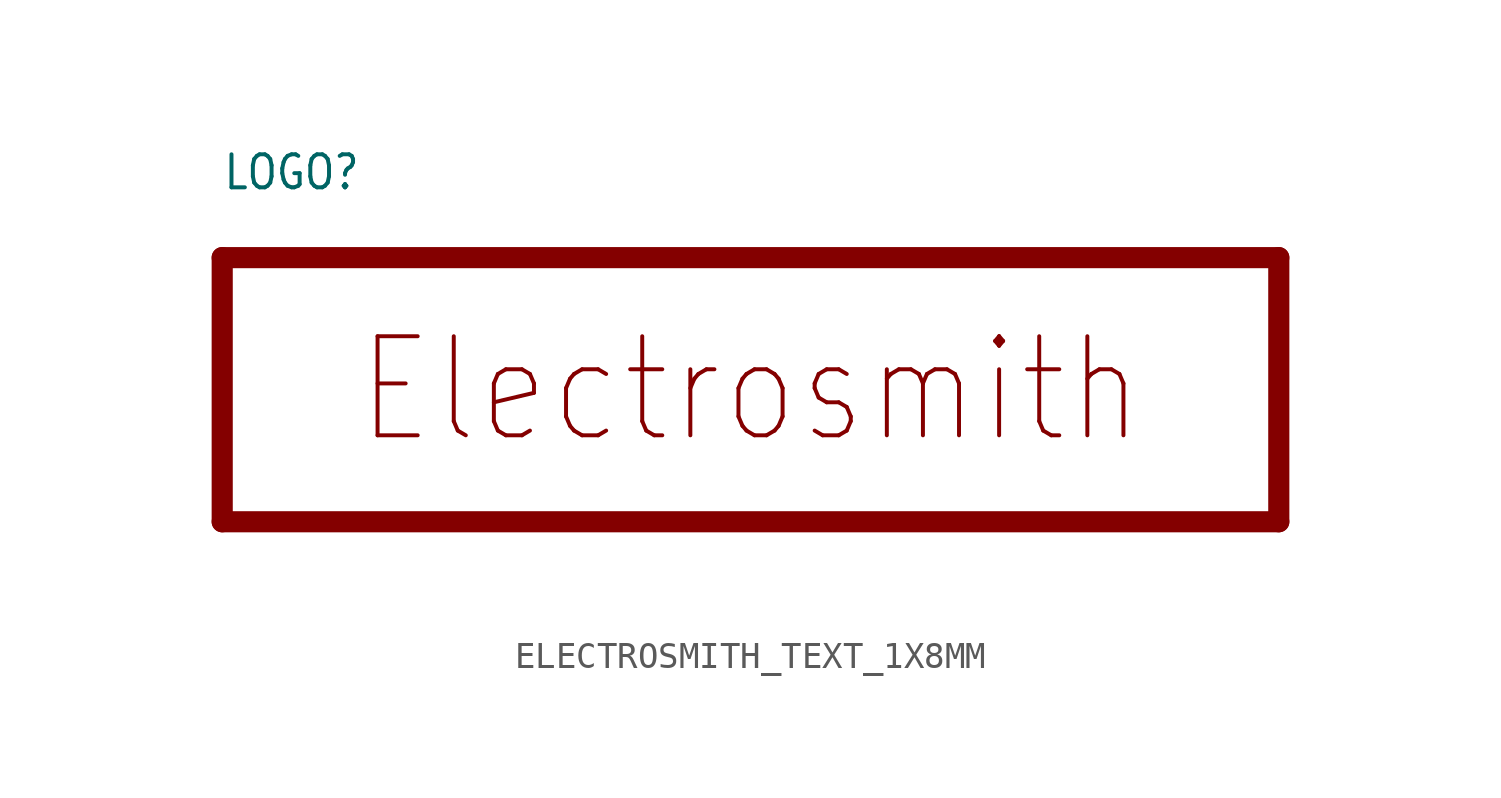
<source format=kicad_sym>
(kicad_symbol_lib
  (version 20231120)
  (generator "kicad_symbol_editor")
  (generator_version "8.0")
  (symbol "ELECTROSMITH_TEXT_1X8MM"
    (property "Reference" "LOGO"
      (at -20.32 7.62 0)
      (effects (font (size 1.27 1.079)) (justify left bottom)))
    (property "Value" ""
      (at -20.32 -7.62 0)
      (effects (font (size 1.27 1.079)) (justify left bottom)))
    (property "ki_locked" ""
      (at 0 0 0)
      (effects (font (size 1.27 1.27))))
    (symbol "ELECTROSMITH_TEXT_1X8MM_1_0"
      (polyline (pts (xy -20.32 -5.08) (xy -20.32 5.08)) (stroke (width 0.813) (type solid)) (fill (type none)))
      (polyline (pts (xy -20.32 5.08) (xy 20.32 5.08)) (stroke (width 0.813) (type solid)) (fill (type none)))
      (polyline (pts (xy 20.32 -5.08) (xy -20.32 -5.08)) (stroke (width 0.813) (type solid)) (fill (type none)))
      (polyline (pts (xy 20.32 5.08) (xy 20.32 -5.08)) (stroke (width 0.813) (type solid)) (fill (type none)))
      (text "Electrosmith" (at 0 0 0) (effects (font (size 3.81 3.239)))))))
</source>
